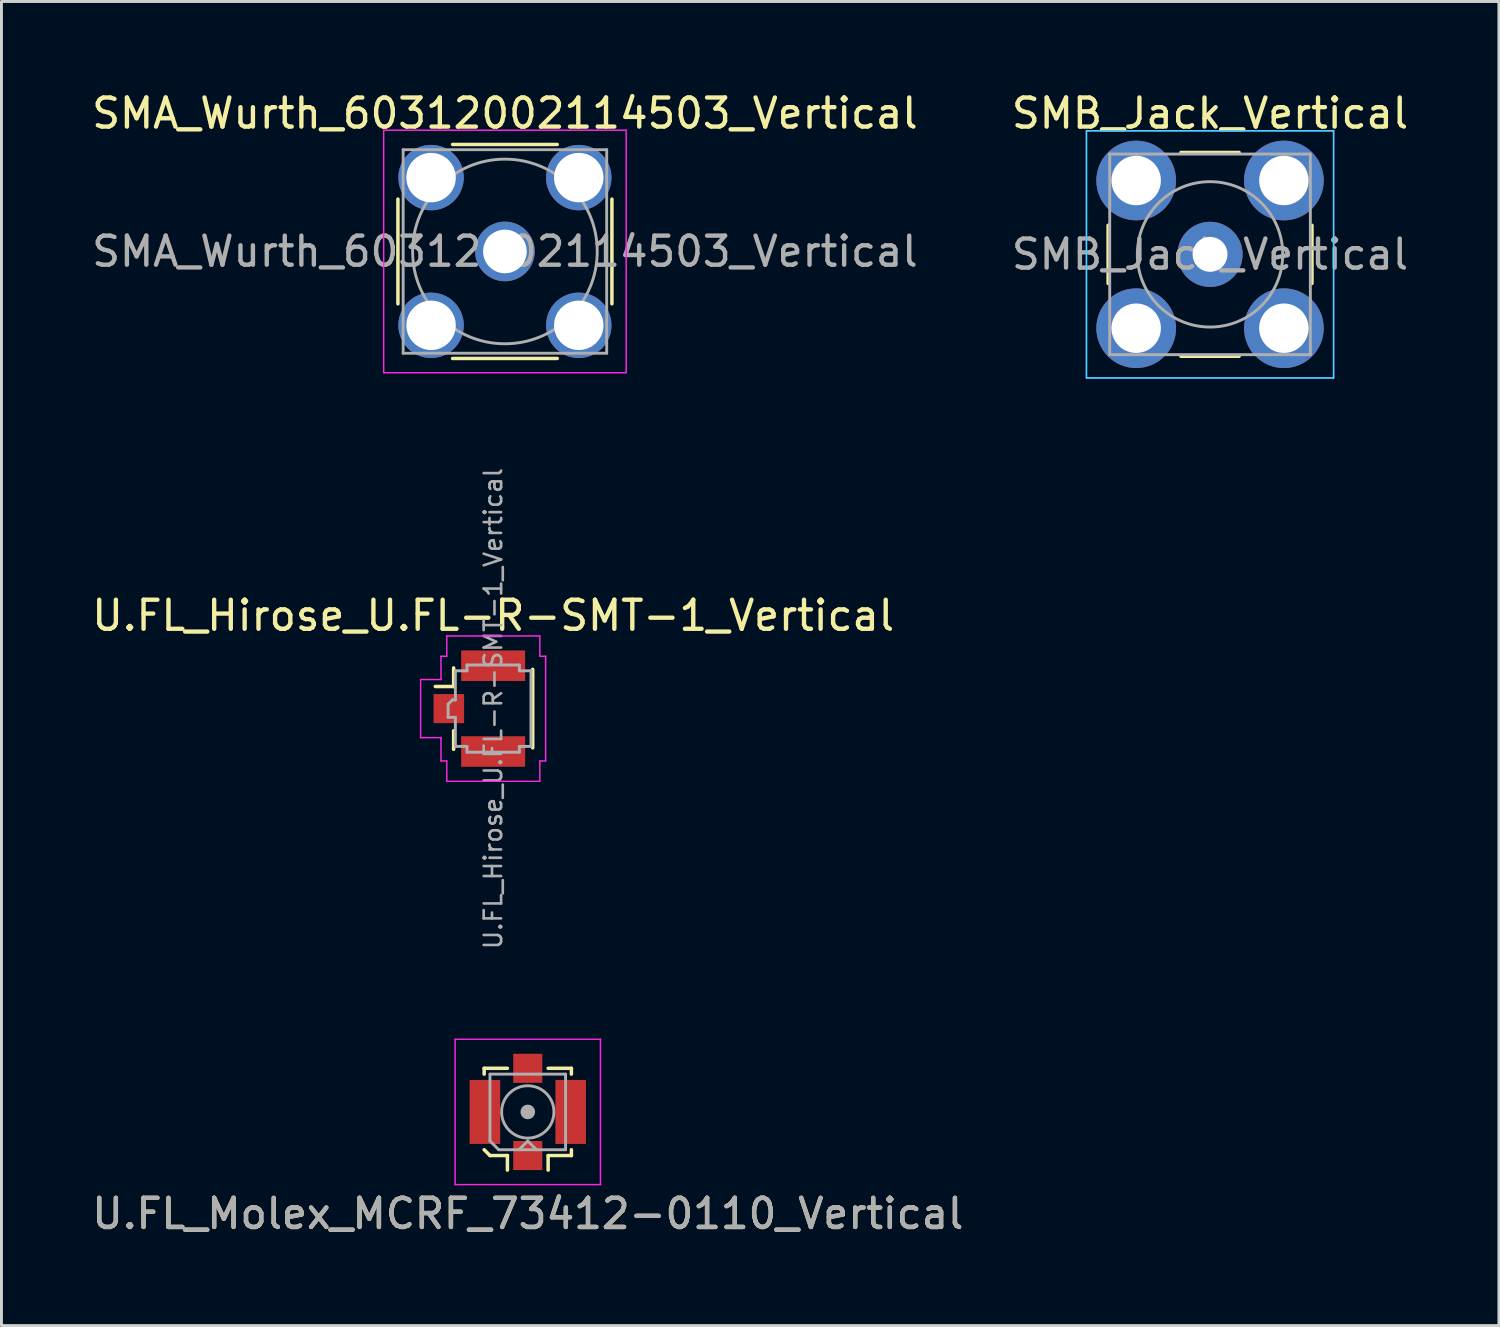
<source format=kicad_pcb>
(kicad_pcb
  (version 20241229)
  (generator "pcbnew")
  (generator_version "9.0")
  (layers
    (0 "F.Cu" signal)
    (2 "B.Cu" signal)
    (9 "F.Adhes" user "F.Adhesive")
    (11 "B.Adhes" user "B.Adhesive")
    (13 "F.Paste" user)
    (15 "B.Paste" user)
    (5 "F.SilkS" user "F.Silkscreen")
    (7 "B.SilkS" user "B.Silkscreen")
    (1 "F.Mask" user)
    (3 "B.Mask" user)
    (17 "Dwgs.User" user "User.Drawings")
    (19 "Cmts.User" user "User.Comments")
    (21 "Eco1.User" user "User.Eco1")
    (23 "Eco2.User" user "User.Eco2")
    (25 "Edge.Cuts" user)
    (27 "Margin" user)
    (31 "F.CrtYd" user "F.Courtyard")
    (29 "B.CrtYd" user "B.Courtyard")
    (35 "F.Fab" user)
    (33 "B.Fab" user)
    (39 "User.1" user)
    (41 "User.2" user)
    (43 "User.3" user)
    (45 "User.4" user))
  (footprint "U.FL_Hirose_U.FL-R-SMT-1_Vertical"
    (layer "F.Cu")
    (at 13.436 21.32)
    (property "Reference" "U.FL_Hirose_U.FL-R-SMT-1_Vertical" (at 0.475 -3.2 0) (layer "F.SilkS") (effects (font (size 1 1) (thickness 0.15))))
    (attr smd)
    (fp_line (start -0.885 -1.4) (end -0.885 -0.76) (stroke (width 0.12) (type solid)) (layer "F.SilkS"))
    (fp_line (start -0.885 -0.76) (end -1.515 -0.76) (stroke (width 0.12) (type solid)) (layer "F.SilkS"))
    (fp_line (start -0.885 1.4) (end -0.885 0.76) (stroke (width 0.12) (type solid)) (layer "F.SilkS"))
    (fp_line (start 1.835 -1.35) (end 1.835 1.35) (stroke (width 0.12) (type solid)) (layer "F.SilkS"))
    (fp_line (start -2.02 1) (end -2.02 -1) (stroke (width 0.05) (type solid)) (layer "F.CrtYd"))
    (fp_line (start -1.32 -1.8) (end -1.12 -1.8) (stroke (width 0.05) (type solid)) (layer "F.CrtYd"))
    (fp_line (start -1.32 -1) (end -2.02 -1) (stroke (width 0.05) (type solid)) (layer "F.CrtYd"))
    (fp_line (start -1.32 -1) (end -1.32 -1.8) (stroke (width 0.05) (type solid)) (layer "F.CrtYd"))
    (fp_line (start -1.32 1) (end -2.02 1) (stroke (width 0.05) (type solid)) (layer "F.CrtYd"))
    (fp_line (start -1.32 1.8) (end -1.32 1) (stroke (width 0.05) (type solid)) (layer "F.CrtYd"))
    (fp_line (start -1.32 1.8) (end -1.12 1.8) (stroke (width 0.05) (type solid)) (layer "F.CrtYd"))
    (fp_line (start -1.12 -1.8) (end -1.12 -2.5) (stroke (width 0.05) (type solid)) (layer "F.CrtYd"))
    (fp_line (start -1.12 2.5) (end -1.12 1.8) (stroke (width 0.05) (type solid)) (layer "F.CrtYd"))
    (fp_line (start 2.08 -2.5) (end -1.12 -2.5) (stroke (width 0.05) (type solid)) (layer "F.CrtYd"))
    (fp_line (start 2.08 -1.8) (end 2.08 -2.5) (stroke (width 0.05) (type solid)) (layer "F.CrtYd"))
    (fp_line (start 2.08 -1.8) (end 2.28 -1.8) (stroke (width 0.05) (type solid)) (layer "F.CrtYd"))
    (fp_line (start 2.08 1.8) (end 2.28 1.8) (stroke (width 0.05) (type solid)) (layer "F.CrtYd"))
    (fp_line (start 2.08 2.5) (end -1.12 2.5) (stroke (width 0.05) (type solid)) (layer "F.CrtYd"))
    (fp_line (start 2.08 2.5) (end 2.08 1.8) (stroke (width 0.05) (type solid)) (layer "F.CrtYd"))
    (fp_line (start 2.28 1.8) (end 2.28 -1.8) (stroke (width 0.05) (type solid)) (layer "F.CrtYd"))
    (fp_line (start -1.075 0.3) (end -1.075 -0.15) (stroke (width 0.1) (type solid)) (layer "F.Fab"))
    (fp_line (start -1.075 0.3) (end -0.825 0.3) (stroke (width 0.1) (type solid)) (layer "F.Fab"))
    (fp_line (start -0.925 -0.3) (end -1.075 -0.15) (stroke (width 0.1) (type solid)) (layer "F.Fab"))
    (fp_line (start -0.925 -0.3) (end -0.825 -0.3) (stroke (width 0.1) (type solid)) (layer "F.Fab"))
    (fp_line (start -0.825 -0.3) (end -0.825 -1.3) (stroke (width 0.1) (type solid)) (layer "F.Fab"))
    (fp_line (start -0.825 0.3) (end -0.825 1.3) (stroke (width 0.1) (type solid)) (layer "F.Fab"))
    (fp_line (start -0.425 -1.5) (end -0.425 -1.3) (stroke (width 0.1) (type solid)) (layer "F.Fab"))
    (fp_line (start -0.425 -1.5) (end 1.375 -1.5) (stroke (width 0.1) (type solid)) (layer "F.Fab"))
    (fp_line (start -0.425 -1.3) (end -0.825 -1.3) (stroke (width 0.1) (type solid)) (layer "F.Fab"))
    (fp_line (start -0.425 1.3) (end -0.825 1.3) (stroke (width 0.1) (type solid)) (layer "F.Fab"))
    (fp_line (start -0.425 1.5) (end -0.425 1.3) (stroke (width 0.1) (type solid)) (layer "F.Fab"))
    (fp_line (start -0.425 1.5) (end 1.375 1.5) (stroke (width 0.1) (type solid)) (layer "F.Fab"))
    (fp_line (start 1.375 -1.5) (end 1.375 -1.3) (stroke (width 0.1) (type solid)) (layer "F.Fab"))
    (fp_line (start 1.375 1.5) (end 1.375 1.3) (stroke (width 0.1) (type solid)) (layer "F.Fab"))
    (fp_line (start 1.775 -1.3) (end 1.375 -1.3) (stroke (width 0.1) (type solid)) (layer "F.Fab"))
    (fp_line (start 1.775 -1.3) (end 1.775 1.3) (stroke (width 0.1) (type solid)) (layer "F.Fab"))
    (fp_line (start 1.775 1.3) (end 1.375 1.3) (stroke (width 0.1) (type solid)) (layer "F.Fab"))
    (fp_text user "${REFERENCE}" (at 0.475 0 90) (layer "F.Fab") (effects (font (size 0.6 0.6) (thickness 0.09))))
    (pad "1" smd rect (at -1.05 0) (size 1.05 1) (layers "F.Cu" "F.Mask" "F.Paste"))
    (pad "2" smd rect (at 0.475 -1.475) (size 2.2 1.05) (layers "F.Cu" "F.Mask" "F.Paste"))
    (pad "2" smd rect (at 0.475 1.475) (size 2.2 1.05) (layers "F.Cu" "F.Mask" "F.Paste")))
  (footprint "SMA_Wurth_60312002114503_Vertical"
    (layer "F.Cu")
    (at 14.315 5.598)
    (property "Reference" "SMA_Wurth_60312002114503_Vertical" (at 0 -4.75 0) (layer "F.SilkS") (effects (font (size 1 1) (thickness 0.15))))
    (attr through_hole)
    (fp_line (start -3.68 -1.8) (end -3.68 1.8) (stroke (width 0.12) (type solid)) (layer "F.SilkS"))
    (fp_line (start -1.8 -3.68) (end 1.8 -3.68) (stroke (width 0.12) (type solid)) (layer "F.SilkS"))
    (fp_line (start -1.8 3.68) (end 1.8 3.68) (stroke (width 0.12) (type solid)) (layer "F.SilkS"))
    (fp_line (start 3.68 -1.8) (end 3.68 1.8) (stroke (width 0.12) (type solid)) (layer "F.SilkS"))
    (fp_line (start -4.17 -4.17) (end -4.17 4.17) (stroke (width 0.05) (type solid)) (layer "F.CrtYd"))
    (fp_line (start -4.17 -4.17) (end 4.17 -4.17) (stroke (width 0.05) (type solid)) (layer "F.CrtYd"))
    (fp_line (start 4.17 4.17) (end -4.17 4.17) (stroke (width 0.05) (type solid)) (layer "F.CrtYd"))
    (fp_line (start 4.17 4.17) (end 4.17 -4.17) (stroke (width 0.05) (type solid)) (layer "F.CrtYd"))
    (fp_line (start -3.5 -3.5) (end -3.5 3.5) (stroke (width 0.1) (type solid)) (layer "F.Fab"))
    (fp_line (start -3.5 -3.5) (end 3.5 -3.5) (stroke (width 0.1) (type solid)) (layer "F.Fab"))
    (fp_line (start -3.5 3.5) (end 3.5 3.5) (stroke (width 0.1) (type solid)) (layer "F.Fab"))
    (fp_line (start 3.5 -3.5) (end 3.5 3.5) (stroke (width 0.1) (type solid)) (layer "F.Fab"))
    (fp_circle (center 0 0) (end 3.175 0) (stroke (width 0.1) (type solid)) (fill no) (layer "F.Fab"))
    (fp_text user "${REFERENCE}" (at 0 0 0) (layer "F.Fab") (effects (font (size 1 1) (thickness 0.15))))
    (pad "1" thru_hole circle (at 0 0) (size 2.05 2.05) (drill 1.5) (layers "*.Cu" "*.Mask"))
    (pad "2" thru_hole circle (at -2.54 -2.54) (size 2.25 2.25) (drill 1.7) (layers "*.Cu" "*.Mask"))
    (pad "2" thru_hole circle (at -2.54 2.54) (size 2.25 2.25) (drill 1.7) (layers "*.Cu" "*.Mask"))
    (pad "2" thru_hole circle (at 2.54 -2.54) (size 2.25 2.25) (drill 1.7) (layers "*.Cu" "*.Mask"))
    (pad "2" thru_hole circle (at 2.54 2.54) (size 2.25 2.25) (drill 1.7) (layers "*.Cu" "*.Mask")))
  (footprint "SMB_Jack_Vertical"
    (layer "F.Cu")
    (at 38.565 5.698)
    (property "Reference" "SMB_Jack_Vertical" (at 0 -4.85 0) (layer "F.SilkS") (effects (font (size 1 1) (thickness 0.15))))
    (attr through_hole)
    (fp_line (start -3.505 1) (end -3.505 -1) (stroke (width 0.12) (type solid)) (layer "F.SilkS"))
    (fp_line (start -1 -3.505) (end 1 -3.505) (stroke (width 0.12) (type solid)) (layer "F.SilkS"))
    (fp_line (start 1 3.505) (end -1 3.505) (stroke (width 0.12) (type solid)) (layer "F.SilkS"))
    (fp_line (start 3.505 -1) (end 3.505 1) (stroke (width 0.12) (type solid)) (layer "F.SilkS"))
    (fp_line (start -4.25 -4.25) (end 4.25 -4.25) (stroke (width 0.05) (type solid)) (layer "B.CrtYd"))
    (fp_line (start -4.25 4.25) (end -4.25 -4.25) (stroke (width 0.05) (type solid)) (layer "B.CrtYd"))
    (fp_line (start 4.25 -4.25) (end 4.25 4.25) (stroke (width 0.05) (type solid)) (layer "B.CrtYd"))
    (fp_line (start 4.25 4.25) (end -4.25 4.25) (stroke (width 0.05) (type solid)) (layer "B.CrtYd"))
    (fp_line (start -4.25 -4.25) (end 4.25 -4.25) (stroke (width 0.05) (type solid)) (layer "F.CrtYd"))
    (fp_line (start -4.25 4.25) (end -4.25 -4.25) (stroke (width 0.05) (type solid)) (layer "F.CrtYd"))
    (fp_line (start 4.25 -4.25) (end 4.25 4.25) (stroke (width 0.05) (type solid)) (layer "F.CrtYd"))
    (fp_line (start 4.25 4.25) (end -4.25 4.25) (stroke (width 0.05) (type solid)) (layer "F.CrtYd"))
    (fp_line (start -3.45 -3.45) (end -3.45 3.45) (stroke (width 0.1) (type solid)) (layer "F.Fab"))
    (fp_line (start -3.45 3.45) (end 3.45 3.45) (stroke (width 0.1) (type solid)) (layer "F.Fab"))
    (fp_line (start 3.45 -3.45) (end -3.45 -3.45) (stroke (width 0.1) (type solid)) (layer "F.Fab"))
    (fp_line (start 3.45 3.45) (end 3.45 -3.45) (stroke (width 0.1) (type solid)) (layer "F.Fab"))
    (fp_circle (center 0 0) (end 2.5 0) (stroke (width 0.1) (type solid)) (fill no) (layer "F.Fab"))
    (fp_text user "${REFERENCE}" (at 0 0 0) (layer "F.Fab") (effects (font (size 1 1) (thickness 0.15))))
    (pad "1" thru_hole circle (at 0 0) (size 2.24 2.24) (drill 1.2) (layers "*.Cu" "*.Mask"))
    (pad "2" thru_hole circle (at -2.54 -2.54) (size 2.74 2.74) (drill 1.7) (layers "*.Cu" "*.Mask"))
    (pad "2" thru_hole circle (at -2.54 2.54) (size 2.74 2.74) (drill 1.7) (layers "*.Cu" "*.Mask"))
    (pad "2" thru_hole circle (at 2.54 -2.54) (size 2.74 2.74) (drill 1.7) (layers "*.Cu" "*.Mask"))
    (pad "2" thru_hole circle (at 2.54 2.54) (size 2.74 2.74) (drill 1.7) (layers "*.Cu" "*.Mask")))
  (footprint "U.FL_Molex_MCRF_73412-0110_Vertical"
    (layer "F.Cu")
    (at 15.101 35.191)
    (property "Reference" "U.FL_Molex_MCRF_73412-0110_Vertical" (at 0 3.5 0) (layer "F.SilkS") (effects (font (size 1 1) (thickness 0.15))))
    (attr smd)
    (fp_line (start -1.5 -1.5) (end -0.7 -1.5) (stroke (width 0.12) (type solid)) (layer "F.SilkS"))
    (fp_line (start -1.5 -1.3) (end -1.5 -1.5) (stroke (width 0.12) (type solid)) (layer "F.SilkS"))
    (fp_line (start -1.3 1.5) (end -1.5 1.3) (stroke (width 0.12) (type solid)) (layer "F.SilkS"))
    (fp_line (start -0.7 1.5) (end -1.3 1.5) (stroke (width 0.12) (type solid)) (layer "F.SilkS"))
    (fp_line (start -0.7 1.5) (end -0.7 2) (stroke (width 0.12) (type solid)) (layer "F.SilkS"))
    (fp_line (start 0.7 -1.5) (end 1.5 -1.5) (stroke (width 0.12) (type solid)) (layer "F.SilkS"))
    (fp_line (start 0.7 1.5) (end 0.7 2) (stroke (width 0.12) (type solid)) (layer "F.SilkS"))
    (fp_line (start 1.5 -1.5) (end 1.5 -1.3) (stroke (width 0.12) (type solid)) (layer "F.SilkS"))
    (fp_line (start 1.5 1.3) (end 1.5 1.5) (stroke (width 0.12) (type solid)) (layer "F.SilkS"))
    (fp_line (start 1.5 1.5) (end 0.7 1.5) (stroke (width 0.12) (type solid)) (layer "F.SilkS"))
    (fp_line (start -2.5 -2.5) (end -2.5 2.5) (stroke (width 0.05) (type solid)) (layer "F.CrtYd"))
    (fp_line (start -2.5 2.5) (end 2.5 2.5) (stroke (width 0.05) (type solid)) (layer "F.CrtYd"))
    (fp_line (start 2.5 -2.5) (end -2.5 -2.5) (stroke (width 0.05) (type solid)) (layer "F.CrtYd"))
    (fp_line (start 2.5 2.5) (end 2.5 -2.5) (stroke (width 0.05) (type solid)) (layer "F.CrtYd"))
    (fp_line (start -1.3 -1.3) (end -1.3 1) (stroke (width 0.1) (type solid)) (layer "F.Fab"))
    (fp_line (start -1.3 -1.3) (end 1.3 -1.3) (stroke (width 0.1) (type solid)) (layer "F.Fab"))
    (fp_line (start -1.3 1) (end -1 1.3) (stroke (width 0.1) (type solid)) (layer "F.Fab"))
    (fp_line (start -1 1.3) (end 1.3 1.3) (stroke (width 0.1) (type solid)) (layer "F.Fab"))
    (fp_line (start -0.3 1.3) (end 0 1) (stroke (width 0.1) (type solid)) (layer "F.Fab"))
    (fp_line (start 0 1) (end 0.3 1.3) (stroke (width 0.1) (type solid)) (layer "F.Fab"))
    (fp_line (start 1.3 -1.3) (end 1.3 1.3) (stroke (width 0.1) (type solid)) (layer "F.Fab"))
    (fp_circle (center 0 0) (end 0 0.05) (stroke (width 0.1) (type solid)) (fill no) (layer "F.Fab"))
    (fp_circle (center 0 0) (end 0 0.125) (stroke (width 0.1) (type solid)) (fill no) (layer "F.Fab"))
    (fp_circle (center 0 0) (end 0 0.2) (stroke (width 0.1) (type solid)) (fill no) (layer "F.Fab"))
    (fp_circle (center 0 0) (end 0.9 0) (stroke (width 0.1) (type solid)) (fill no) (layer "F.Fab"))
    (fp_text user "${REFERENCE}" (at 0 3.5 0) (layer "F.Fab") (effects (font (size 1 1) (thickness 0.15))))
    (pad "1" smd rect (at 0 1.5) (size 1 1) (layers "F.Cu" "F.Mask" "F.Paste"))
    (pad "2" smd rect (at -1.475 0) (size 1.05 2.2) (layers "F.Cu" "F.Mask" "F.Paste"))
    (pad "2" smd rect (at 0 -1.5) (size 1 1) (layers "F.Cu" "F.Mask" "F.Paste"))
    (pad "2" smd rect (at 1.475 0) (size 1.05 2.2) (layers "F.Cu" "F.Mask" "F.Paste")))
  (gr_rect
    (start -3 -3)
    (end 48.5 42.539)
    (stroke (width 0.1) (type default))
    (fill no)
    (layer "Edge.Cuts")))
</source>
